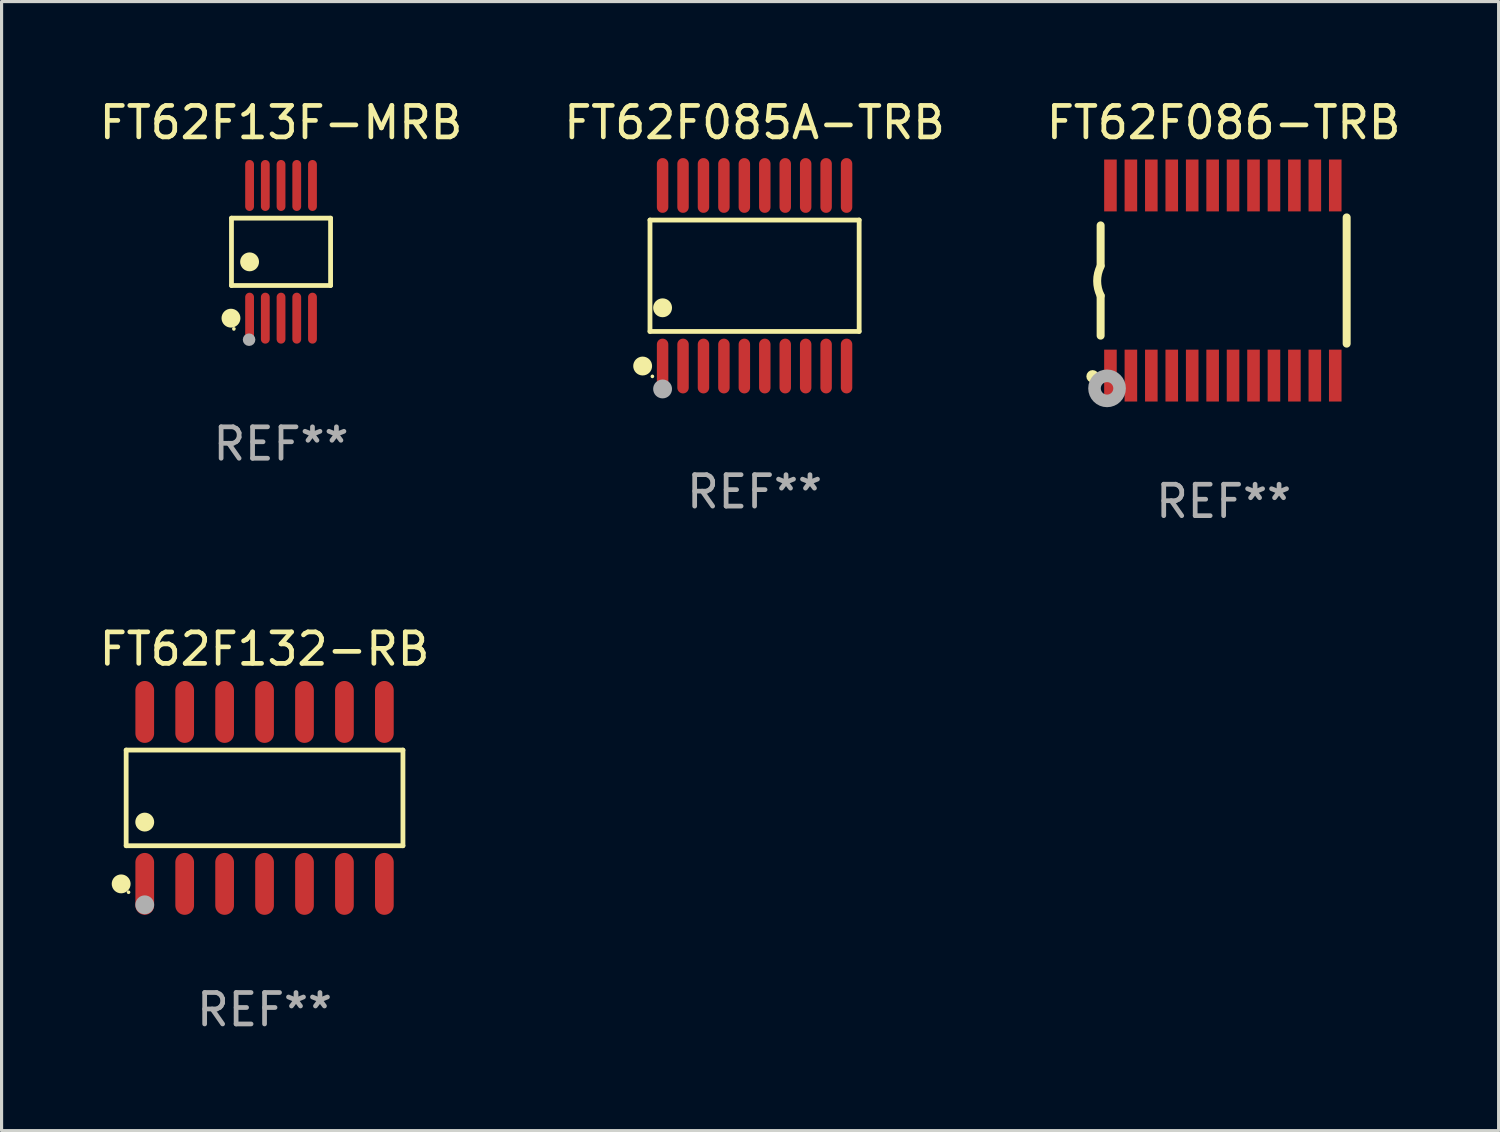
<source format=kicad_pcb>
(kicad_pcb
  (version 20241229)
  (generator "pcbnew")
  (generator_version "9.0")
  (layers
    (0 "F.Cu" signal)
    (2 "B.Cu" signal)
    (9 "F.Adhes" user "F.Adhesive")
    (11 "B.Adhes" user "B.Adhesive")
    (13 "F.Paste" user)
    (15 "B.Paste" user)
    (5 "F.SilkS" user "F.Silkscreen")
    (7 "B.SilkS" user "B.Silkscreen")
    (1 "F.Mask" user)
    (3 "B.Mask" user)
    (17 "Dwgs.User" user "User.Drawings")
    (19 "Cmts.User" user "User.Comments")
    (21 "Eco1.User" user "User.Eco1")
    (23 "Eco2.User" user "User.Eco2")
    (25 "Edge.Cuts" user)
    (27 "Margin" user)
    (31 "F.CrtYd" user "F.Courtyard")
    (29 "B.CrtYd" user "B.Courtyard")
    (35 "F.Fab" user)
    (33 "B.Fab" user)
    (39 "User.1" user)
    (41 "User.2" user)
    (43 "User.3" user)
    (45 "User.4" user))
  (footprint "FT62F13F-MRB"
    (layer "F.Cu")
    (at 5.887 4.958)
    (property "Reference" "FT62F13F-MRB" (at 0 -4.11 0) (layer "F.SilkS") (effects (font (size 1 1) (thickness 0.15))))
    (attr through_hole)
    (fp_line (start -1.576 -1.071) (end 1.576 -1.071) (stroke (width 0.152) (type solid)) (layer "F.SilkS"))
    (fp_line (start -1.576 1.071) (end -1.576 -1.071) (stroke (width 0.152) (type solid)) (layer "F.SilkS"))
    (fp_line (start 1.576 -1.071) (end 1.576 1.071) (stroke (width 0.152) (type solid)) (layer "F.SilkS"))
    (fp_line (start 1.576 1.071) (end -1.576 1.071) (stroke (width 0.152) (type solid)) (layer "F.SilkS"))
    (fp_circle (center -1.592 2.11) (end -1.442 2.11) (stroke (width 0.3) (type solid)) (fill no) (layer "F.SilkS"))
    (fp_circle (center -1.5 2.45) (end -1.47 2.45) (stroke (width 0.06) (type solid)) (fill no) (layer "F.SilkS"))
    (fp_circle (center -1 0.319) (end -0.85 0.319) (stroke (width 0.3) (type solid)) (fill no) (layer "F.SilkS"))
    (fp_circle (center -1.016 2.794) (end -0.916 2.794) (stroke (width 0.2) (type solid)) (fill no) (layer "F.Fab"))
    (fp_text user "REF**" (at 0 6.11 0) (layer "F.Fab") (effects (font (size 1 1) (thickness 0.15))))
    (pad "1" smd oval (at -1 2.11) (size 0.28 1.62) (layers "F.Cu" "F.Mask" "F.Paste"))
    (pad "2" smd oval (at -0.5 2.11) (size 0.28 1.62) (layers "F.Cu" "F.Mask" "F.Paste"))
    (pad "3" smd oval (at 0 2.11) (size 0.28 1.62) (layers "F.Cu" "F.Mask" "F.Paste"))
    (pad "4" smd oval (at 0.5 2.11) (size 0.28 1.62) (layers "F.Cu" "F.Mask" "F.Paste"))
    (pad "5" smd oval (at 1 2.11) (size 0.28 1.62) (layers "F.Cu" "F.Mask" "F.Paste"))
    (pad "6" smd oval (at 1 -2.11) (size 0.28 1.62) (layers "F.Cu" "F.Mask" "F.Paste"))
    (pad "7" smd oval (at 0.5 -2.11) (size 0.28 1.62) (layers "F.Cu" "F.Mask" "F.Paste"))
    (pad "8" smd oval (at 0 -2.11) (size 0.28 1.62) (layers "F.Cu" "F.Mask" "F.Paste"))
    (pad "9" smd oval (at -0.5 -2.11) (size 0.28 1.62) (layers "F.Cu" "F.Mask" "F.Paste"))
    (pad "10" smd oval (at -1 -2.11) (size 0.28 1.62) (layers "F.Cu" "F.Mask" "F.Paste")))
  (footprint "FT62F132-RB"
    (layer "F.Cu")
    (at 5.363 22.324)
    (property "Reference" "FT62F132-RB" (at 0 -4.734 0) (layer "F.SilkS") (effects (font (size 1 1) (thickness 0.15))))
    (attr through_hole)
    (fp_line (start -4.401 -1.521) (end 4.401 -1.521) (stroke (width 0.152) (type solid)) (layer "F.SilkS"))
    (fp_line (start -4.401 1.521) (end -4.401 -1.521) (stroke (width 0.152) (type solid)) (layer "F.SilkS"))
    (fp_line (start 4.401 -1.521) (end 4.401 1.521) (stroke (width 0.152) (type solid)) (layer "F.SilkS"))
    (fp_line (start 4.401 1.521) (end -4.401 1.521) (stroke (width 0.152) (type solid)) (layer "F.SilkS"))
    (fp_circle (center -4.56 2.734) (end -4.41 2.734) (stroke (width 0.3) (type solid)) (fill no) (layer "F.SilkS"))
    (fp_circle (center -4.325 3) (end -4.295 3) (stroke (width 0.06) (type solid)) (fill no) (layer "F.SilkS"))
    (fp_circle (center -3.81 0.769) (end -3.66 0.769) (stroke (width 0.3) (type solid)) (fill no) (layer "F.SilkS"))
    (fp_circle (center -3.81 3.4) (end -3.66 3.4) (stroke (width 0.3) (type solid)) (fill no) (layer "F.Fab"))
    (fp_text user "REF**" (at 0 6.734 0) (layer "F.Fab") (effects (font (size 1 1) (thickness 0.15))))
    (pad "1" smd oval (at -3.81 2.734) (size 0.595 1.968) (layers "F.Cu" "F.Mask" "F.Paste"))
    (pad "2" smd oval (at -2.54 2.734) (size 0.595 1.968) (layers "F.Cu" "F.Mask" "F.Paste"))
    (pad "3" smd oval (at -1.27 2.734) (size 0.595 1.968) (layers "F.Cu" "F.Mask" "F.Paste"))
    (pad "4" smd oval (at 0 2.734) (size 0.595 1.968) (layers "F.Cu" "F.Mask" "F.Paste"))
    (pad "5" smd oval (at 1.27 2.734) (size 0.595 1.968) (layers "F.Cu" "F.Mask" "F.Paste"))
    (pad "6" smd oval (at 2.54 2.734) (size 0.595 1.968) (layers "F.Cu" "F.Mask" "F.Paste"))
    (pad "7" smd oval (at 3.81 2.734) (size 0.595 1.968) (layers "F.Cu" "F.Mask" "F.Paste"))
    (pad "8" smd oval (at 3.81 -2.734) (size 0.595 1.968) (layers "F.Cu" "F.Mask" "F.Paste"))
    (pad "9" smd oval (at 2.54 -2.734) (size 0.595 1.968) (layers "F.Cu" "F.Mask" "F.Paste"))
    (pad "10" smd oval (at 1.27 -2.734) (size 0.595 1.968) (layers "F.Cu" "F.Mask" "F.Paste"))
    (pad "11" smd oval (at 0 -2.734) (size 0.595 1.968) (layers "F.Cu" "F.Mask" "F.Paste"))
    (pad "12" smd oval (at -1.27 -2.734) (size 0.595 1.968) (layers "F.Cu" "F.Mask" "F.Paste"))
    (pad "13" smd oval (at -2.54 -2.734) (size 0.595 1.968) (layers "F.Cu" "F.Mask" "F.Paste"))
    (pad "14" smd oval (at -3.81 -2.734) (size 0.595 1.968) (layers "F.Cu" "F.Mask" "F.Paste")))
  (footprint "FT62F086-TRB"
    (layer "F.Cu")
    (at 35.863 5.871)
    (property "Reference" "FT62F086-TRB" (at 0 -5.023 0) (layer "F.SilkS") (effects (font (size 1 1) (thickness 0.15))))
    (attr through_hole)
    (fp_line (start -3.912 -0.483) (end -3.912 -1.753) (stroke (width 0.254) (type solid)) (layer "F.SilkS"))
    (fp_line (start -3.912 1.753) (end -3.912 0.483) (stroke (width 0.254) (type solid)) (layer "F.SilkS"))
    (fp_line (start 3.912 -2.007) (end 3.912 2.007) (stroke (width 0.254) (type solid)) (layer "F.SilkS"))
    (fp_arc (start -3.911608 0.482601) (mid -4.022537 0.0127) (end -3.911608 -0.457201) (stroke (width 0.254001) (type solid)) (layer "F.SilkS"))
    (fp_circle (center -4.166 3.048) (end -4.066 3.048) (stroke (width 0.2) (type solid)) (fill no) (layer "F.SilkS"))
    (fp_circle (center -3.925 3.186) (end -3.895 3.186) (stroke (width 0.06) (type solid)) (fill no) (layer "F.SilkS"))
    (fp_circle (center -3.708 3.429) (end -3.509 3.429) (stroke (width 0.4) (type solid)) (fill no) (layer "F.Fab"))
    (fp_text user "REF**" (at 0 7.023 0) (layer "F.Fab") (effects (font (size 1 1) (thickness 0.15))))
    (pad "1" smd rect (at -3.6 3.023) (size 0.4 1.65) (layers "F.Cu" "F.Mask" "F.Paste"))
    (pad "2" smd rect (at -2.95 3.023) (size 0.4 1.65) (layers "F.Cu" "F.Mask" "F.Paste"))
    (pad "3" smd rect (at -2.3 3.023) (size 0.4 1.65) (layers "F.Cu" "F.Mask" "F.Paste"))
    (pad "4" smd rect (at -1.65 3.023) (size 0.4 1.65) (layers "F.Cu" "F.Mask" "F.Paste"))
    (pad "5" smd rect (at -1 3.023) (size 0.4 1.65) (layers "F.Cu" "F.Mask" "F.Paste"))
    (pad "6" smd rect (at -0.35 3.023) (size 0.4 1.65) (layers "F.Cu" "F.Mask" "F.Paste"))
    (pad "7" smd rect (at 0.299 3.023) (size 0.4 1.65) (layers "F.Cu" "F.Mask" "F.Paste"))
    (pad "8" smd rect (at 0.95 3.023) (size 0.4 1.65) (layers "F.Cu" "F.Mask" "F.Paste"))
    (pad "9" smd rect (at 1.6 3.023) (size 0.4 1.65) (layers "F.Cu" "F.Mask" "F.Paste"))
    (pad "10" smd rect (at 2.25 3.023) (size 0.4 1.65) (layers "F.Cu" "F.Mask" "F.Paste"))
    (pad "11" smd rect (at 2.9 3.023) (size 0.4 1.65) (layers "F.Cu" "F.Mask" "F.Paste"))
    (pad "12" smd rect (at 3.549 3.023) (size 0.4 1.65) (layers "F.Cu" "F.Mask" "F.Paste"))
    (pad "13" smd rect (at 3.549 -3.023) (size 0.4 1.65) (layers "F.Cu" "F.Mask" "F.Paste"))
    (pad "14" smd rect (at 2.9 -3.023) (size 0.4 1.65) (layers "F.Cu" "F.Mask" "F.Paste"))
    (pad "15" smd rect (at 2.25 -3.023) (size 0.4 1.65) (layers "F.Cu" "F.Mask" "F.Paste"))
    (pad "16" smd rect (at 1.6 -3.023) (size 0.4 1.65) (layers "F.Cu" "F.Mask" "F.Paste"))
    (pad "17" smd rect (at 0.95 -3.023) (size 0.4 1.65) (layers "F.Cu" "F.Mask" "F.Paste"))
    (pad "18" smd rect (at 0.299 -3.023) (size 0.4 1.65) (layers "F.Cu" "F.Mask" "F.Paste"))
    (pad "19" smd rect (at -0.35 -3.023) (size 0.4 1.65) (layers "F.Cu" "F.Mask" "F.Paste"))
    (pad "20" smd rect (at -1 -3.023) (size 0.4 1.65) (layers "F.Cu" "F.Mask" "F.Paste"))
    (pad "21" smd rect (at -1.65 -3.023) (size 0.4 1.65) (layers "F.Cu" "F.Mask" "F.Paste"))
    (pad "22" smd rect (at -2.3 -3.023) (size 0.4 1.65) (layers "F.Cu" "F.Mask" "F.Paste"))
    (pad "23" smd rect (at -2.95 -3.023) (size 0.4 1.65) (layers "F.Cu" "F.Mask" "F.Paste"))
    (pad "24" smd rect (at -3.6 -3.023) (size 0.4 1.65) (layers "F.Cu" "F.Mask" "F.Paste")))
  (footprint "FT62F085A-TRB"
    (layer "F.Cu")
    (at 20.946 5.719)
    (property "Reference" "FT62F085A-TRB" (at 0 -4.871 0) (layer "F.SilkS") (effects (font (size 1 1) (thickness 0.15))))
    (attr through_hole)
    (fp_line (start -3.326 -1.771) (end 3.326 -1.771) (stroke (width 0.152) (type solid)) (layer "F.SilkS"))
    (fp_line (start -3.326 1.771) (end -3.326 -1.771) (stroke (width 0.152) (type solid)) (layer "F.SilkS"))
    (fp_line (start 3.326 -1.771) (end 3.326 1.771) (stroke (width 0.152) (type solid)) (layer "F.SilkS"))
    (fp_line (start 3.326 1.771) (end -3.326 1.771) (stroke (width 0.152) (type solid)) (layer "F.SilkS"))
    (fp_circle (center -3.559 2.871) (end -3.409 2.871) (stroke (width 0.3) (type solid)) (fill no) (layer "F.SilkS"))
    (fp_circle (center -3.25 3.2) (end -3.22 3.2) (stroke (width 0.06) (type solid)) (fill no) (layer "F.SilkS"))
    (fp_circle (center -2.925 1.019) (end -2.775 1.019) (stroke (width 0.3) (type solid)) (fill no) (layer "F.SilkS"))
    (fp_circle (center -2.925 3.6) (end -2.775 3.6) (stroke (width 0.3) (type solid)) (fill no) (layer "F.Fab"))
    (fp_text user "REF**" (at 0 6.871 0) (layer "F.Fab") (effects (font (size 1 1) (thickness 0.15))))
    (pad "1" smd oval (at -2.925 2.871) (size 0.364 1.742) (layers "F.Cu" "F.Mask" "F.Paste"))
    (pad "2" smd oval (at -2.275 2.871) (size 0.364 1.742) (layers "F.Cu" "F.Mask" "F.Paste"))
    (pad "3" smd oval (at -1.625 2.871) (size 0.364 1.742) (layers "F.Cu" "F.Mask" "F.Paste"))
    (pad "4" smd oval (at -0.975 2.871) (size 0.364 1.742) (layers "F.Cu" "F.Mask" "F.Paste"))
    (pad "5" smd oval (at -0.325 2.871) (size 0.364 1.742) (layers "F.Cu" "F.Mask" "F.Paste"))
    (pad "6" smd oval (at 0.325 2.871) (size 0.364 1.742) (layers "F.Cu" "F.Mask" "F.Paste"))
    (pad "7" smd oval (at 0.975 2.871) (size 0.364 1.742) (layers "F.Cu" "F.Mask" "F.Paste"))
    (pad "8" smd oval (at 1.625 2.871) (size 0.364 1.742) (layers "F.Cu" "F.Mask" "F.Paste"))
    (pad "9" smd oval (at 2.275 2.871) (size 0.364 1.742) (layers "F.Cu" "F.Mask" "F.Paste"))
    (pad "10" smd oval (at 2.925 2.871) (size 0.364 1.742) (layers "F.Cu" "F.Mask" "F.Paste"))
    (pad "11" smd oval (at 2.925 -2.871) (size 0.364 1.742) (layers "F.Cu" "F.Mask" "F.Paste"))
    (pad "12" smd oval (at 2.275 -2.871) (size 0.364 1.742) (layers "F.Cu" "F.Mask" "F.Paste"))
    (pad "13" smd oval (at 1.625 -2.871) (size 0.364 1.742) (layers "F.Cu" "F.Mask" "F.Paste"))
    (pad "14" smd oval (at 0.975 -2.871) (size 0.364 1.742) (layers "F.Cu" "F.Mask" "F.Paste"))
    (pad "15" smd oval (at 0.325 -2.871) (size 0.364 1.742) (layers "F.Cu" "F.Mask" "F.Paste"))
    (pad "16" smd oval (at -0.325 -2.871) (size 0.364 1.742) (layers "F.Cu" "F.Mask" "F.Paste"))
    (pad "17" smd oval (at -0.975 -2.871) (size 0.364 1.742) (layers "F.Cu" "F.Mask" "F.Paste"))
    (pad "18" smd oval (at -1.625 -2.871) (size 0.364 1.742) (layers "F.Cu" "F.Mask" "F.Paste"))
    (pad "19" smd oval (at -2.275 -2.871) (size 0.364 1.742) (layers "F.Cu" "F.Mask" "F.Paste"))
    (pad "20" smd oval (at -2.925 -2.871) (size 0.364 1.742) (layers "F.Cu" "F.Mask" "F.Paste")))
  (gr_rect
    (start -3 -3)
    (end 44.607 32.906)
    (stroke (width 0.1) (type default))
    (fill no)
    (layer "Edge.Cuts")))
</source>
